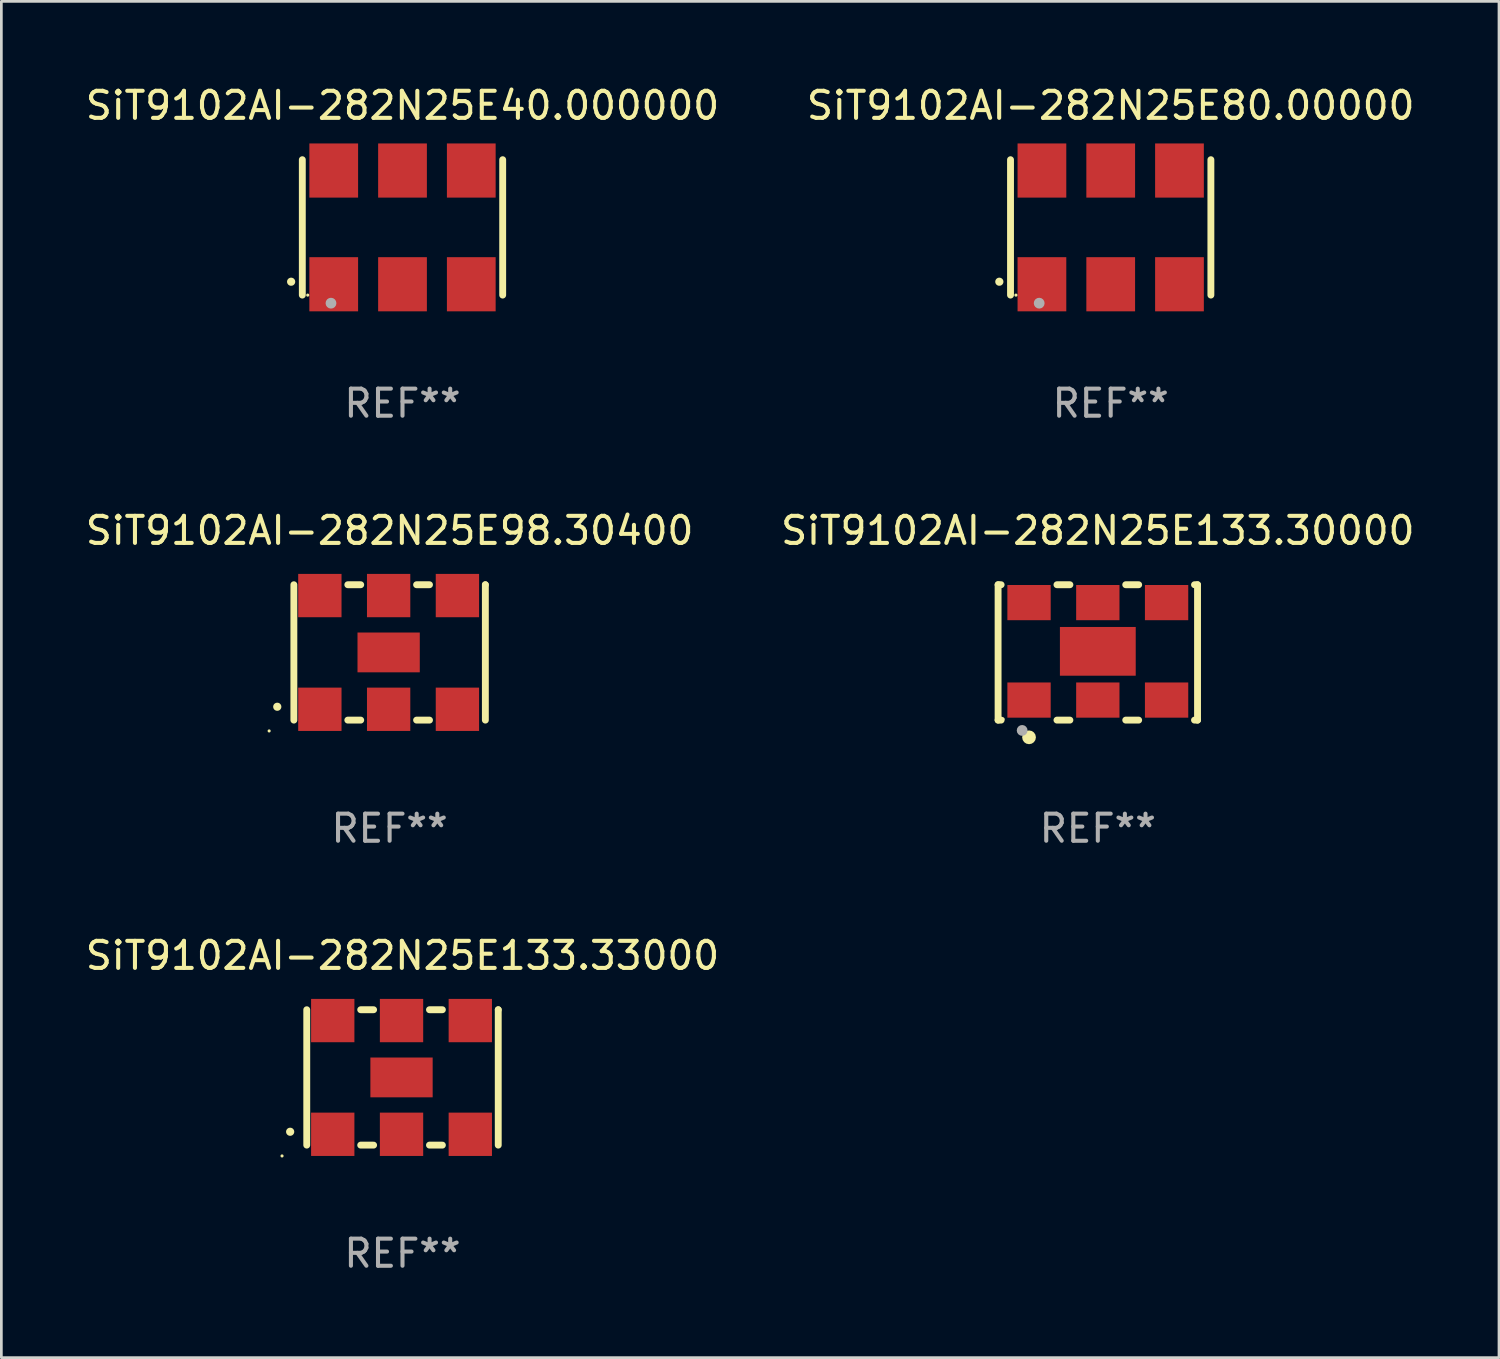
<source format=kicad_pcb>
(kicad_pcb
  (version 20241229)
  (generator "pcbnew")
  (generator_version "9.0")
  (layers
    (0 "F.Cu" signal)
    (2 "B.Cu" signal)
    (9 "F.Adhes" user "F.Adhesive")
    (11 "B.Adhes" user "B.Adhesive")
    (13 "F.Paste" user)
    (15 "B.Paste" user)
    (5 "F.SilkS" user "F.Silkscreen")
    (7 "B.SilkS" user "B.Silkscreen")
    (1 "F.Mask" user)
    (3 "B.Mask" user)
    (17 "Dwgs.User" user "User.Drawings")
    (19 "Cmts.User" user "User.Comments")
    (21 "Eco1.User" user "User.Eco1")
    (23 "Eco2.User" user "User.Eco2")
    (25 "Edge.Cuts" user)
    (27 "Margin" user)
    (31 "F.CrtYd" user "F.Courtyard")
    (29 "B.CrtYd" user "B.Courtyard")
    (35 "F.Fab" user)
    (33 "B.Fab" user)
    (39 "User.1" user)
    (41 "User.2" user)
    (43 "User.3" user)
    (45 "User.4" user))
  (footprint "SiT9102AI-282N25E133.33000"
    (layer "F.Cu")
    (at 11.815 36.741)
    (property "Reference" "SiT9102AI-282N25E133.33000" (at 0 -4.5 0) (layer "F.SilkS") (effects (font (size 1 1) (thickness 0.15))))
    (attr through_hole)
    (fp_line (start -3.536 -2.5) (end -3.536 2.5) (stroke (width 0.254) (type solid)) (layer "F.SilkS"))
    (fp_line (start -1.544 2.5) (end -1.067 2.5) (stroke (width 0.254) (type solid)) (layer "F.SilkS"))
    (fp_line (start -1.067 -2.5) (end -1.544 -2.5) (stroke (width 0.254) (type solid)) (layer "F.SilkS"))
    (fp_line (start 0.996 2.5) (end 1.473 2.5) (stroke (width 0.254) (type solid)) (layer "F.SilkS"))
    (fp_line (start 1.473 -2.5) (end 0.996 -2.5) (stroke (width 0.254) (type solid)) (layer "F.SilkS"))
    (fp_line (start 3.536 -2.5) (end 3.536 -2.5) (stroke (width 0.254) (type solid)) (layer "F.SilkS"))
    (fp_line (start 3.536 2.5) (end 3.536 -2.5) (stroke (width 0.254) (type solid)) (layer "F.SilkS"))
    (fp_arc (start -4.150432 2.006604) (mid -4.149162 2.006599) (end -4.147892 2.006604) (stroke (width 0.3) (type solid)) (layer "F.SilkS"))
    (fp_circle (center -4.449 2.9) (end -4.419 2.9) (stroke (width 0.06) (type solid)) (fill no) (layer "F.SilkS"))
    (fp_text user "REF**" (at 0 6.5 0) (layer "F.Fab") (effects (font (size 1 1) (thickness 0.15))))
    (pad "1" smd rect (at -2.576 2.1) (size 1.6 1.6) (layers "F.Cu" "F.Mask" "F.Paste"))
    (pad "2" smd rect (at -0.036 2.1) (size 1.6 1.6) (layers "F.Cu" "F.Mask" "F.Paste"))
    (pad "3" smd rect (at 2.504 2.1) (size 1.6 1.6) (layers "F.Cu" "F.Mask" "F.Paste"))
    (pad "4" smd rect (at 2.504 -2.1) (size 1.6 1.6) (layers "F.Cu" "F.Mask" "F.Paste"))
    (pad "5" smd rect (at -0.036 -2.1) (size 1.6 1.6) (layers "F.Cu" "F.Mask" "F.Paste"))
    (pad "6" smd rect (at -2.576 -2.1) (size 1.6 1.6) (layers "F.Cu" "F.Mask" "F.Paste"))
    (pad "7" smd rect (at -0.036 0) (size 2.3 1.47) (layers "F.Cu" "F.Mask" "F.Paste")))
  (footprint "SiT9102AI-282N25E133.30000"
    (layer "F.Cu")
    (at 37.494 21.045)
    (property "Reference" "SiT9102AI-282N25E133.30000" (at 0 -4.5 0) (layer "F.SilkS") (effects (font (size 1 1) (thickness 0.15))))
    (attr through_hole)
    (fp_line (start -3.683 -2.5) (end -3.571 -2.5) (stroke (width 0.254) (type solid)) (layer "F.SilkS"))
    (fp_line (start -3.683 2.5) (end -3.683 -2.5) (stroke (width 0.254) (type solid)) (layer "F.SilkS"))
    (fp_line (start -3.683 2.5) (end -3.571 2.5) (stroke (width 0.254) (type solid)) (layer "F.SilkS"))
    (fp_line (start -1.509 -2.5) (end -1.031 -2.5) (stroke (width 0.254) (type solid)) (layer "F.SilkS"))
    (fp_line (start -1.509 2.5) (end -1.031 2.5) (stroke (width 0.254) (type solid)) (layer "F.SilkS"))
    (fp_line (start 1.031 -2.5) (end 1.509 -2.5) (stroke (width 0.254) (type solid)) (layer "F.SilkS"))
    (fp_line (start 1.031 2.5) (end 1.509 2.5) (stroke (width 0.254) (type solid)) (layer "F.SilkS"))
    (fp_line (start 3.571 -2.5) (end 3.683 -2.5) (stroke (width 0.254) (type solid)) (layer "F.SilkS"))
    (fp_line (start 3.571 2.5) (end 3.683 2.5) (stroke (width 0.254) (type solid)) (layer "F.SilkS"))
    (fp_line (start 3.683 2.5) (end 3.683 -2.5) (stroke (width 0.254) (type solid)) (layer "F.SilkS"))
    (fp_circle (center -3.5 2.46) (end -3.47 2.46) (stroke (width 0.06) (type solid)) (fill no) (layer "F.SilkS"))
    (fp_circle (center -2.54 3.135) (end -2.413 3.135) (stroke (width 0.254) (type solid)) (fill no) (layer "F.SilkS"))
    (fp_circle (center -2.794 2.881) (end -2.694 2.881) (stroke (width 0.2) (type solid)) (fill no) (layer "F.Fab"))
    (fp_text user "REF**" (at 0 6.5 0) (layer "F.Fab") (effects (font (size 1 1) (thickness 0.15))))
    (pad "1" smd rect (at -2.54 1.76) (size 1.6 1.3) (layers "F.Cu" "F.Mask" "F.Paste"))
    (pad "2" smd rect (at 0 1.76) (size 1.6 1.3) (layers "F.Cu" "F.Mask" "F.Paste"))
    (pad "3" smd rect (at 2.54 1.76) (size 1.6 1.3) (layers "F.Cu" "F.Mask" "F.Paste"))
    (pad "4" smd rect (at 2.54 -1.84) (size 1.6 1.3) (layers "F.Cu" "F.Mask" "F.Paste"))
    (pad "5" smd rect (at 0 -1.84) (size 1.6 1.3) (layers "F.Cu" "F.Mask" "F.Paste"))
    (pad "6" smd rect (at -2.54 -1.84) (size 1.6 1.3) (layers "F.Cu" "F.Mask" "F.Paste"))
    (pad "7" smd rect (at 0 -0.04) (size 2.8 1.8) (layers "F.Cu" "F.Mask" "F.Paste")))
  (footprint "SiT9102AI-282N25E80.00000"
    (layer "F.Cu")
    (at 37.97 5.348)
    (property "Reference" "SiT9102AI-282N25E80.00000" (at 0 -4.5 0) (layer "F.SilkS") (effects (font (size 1 1) (thickness 0.15))))
    (attr through_hole)
    (fp_line (start -3.7 -2.5) (end -3.7 2.5) (stroke (width 0.254) (type solid)) (layer "F.SilkS"))
    (fp_line (start 3.7 -2.5) (end 3.7 2.5) (stroke (width 0.254) (type solid)) (layer "F.SilkS"))
    (fp_arc (start -4.114415 2.006604) (mid -4.113145 2.006599) (end -4.111875 2.006604) (stroke (width 0.3) (type solid)) (layer "F.SilkS"))
    (fp_circle (center -3.5 2.501) (end -3.47 2.501) (stroke (width 0.06) (type solid)) (fill no) (layer "F.SilkS"))
    (fp_circle (center -2.641 2.799) (end -2.541 2.799) (stroke (width 0.2) (type solid)) (fill no) (layer "F.Fab"))
    (fp_text user "REF**" (at 0 6.5 0) (layer "F.Fab") (effects (font (size 1 1) (thickness 0.15))))
    (pad "1" smd rect (at -2.54 2.1) (size 1.8 2) (layers "F.Cu" "F.Mask" "F.Paste"))
    (pad "2" smd rect (at 0.000394 2.1) (size 1.8 2) (layers "F.Cu" "F.Mask" "F.Paste"))
    (pad "3" smd rect (at 2.54 2.1) (size 1.8 2) (layers "F.Cu" "F.Mask" "F.Paste"))
    (pad "4" smd rect (at 2.54 -2.1) (size 1.8 2) (layers "F.Cu" "F.Mask" "F.Paste"))
    (pad "5" smd rect (at 0.000394 -2.1) (size 1.8 2) (layers "F.Cu" "F.Mask" "F.Paste"))
    (pad "6" smd rect (at -2.54 -2.1) (size 1.8 2) (layers "F.Cu" "F.Mask" "F.Paste")))
  (footprint "SiT9102AI-282N25E98.30400"
    (layer "F.Cu")
    (at 11.339 21.045)
    (property "Reference" "SiT9102AI-282N25E98.30400" (at 0 -4.5 0) (layer "F.SilkS") (effects (font (size 1 1) (thickness 0.15))))
    (attr through_hole)
    (fp_line (start -3.536 -2.5) (end -3.536 2.5) (stroke (width 0.254) (type solid)) (layer "F.SilkS"))
    (fp_line (start -1.544 2.5) (end -1.067 2.5) (stroke (width 0.254) (type solid)) (layer "F.SilkS"))
    (fp_line (start -1.067 -2.5) (end -1.544 -2.5) (stroke (width 0.254) (type solid)) (layer "F.SilkS"))
    (fp_line (start 0.996 2.5) (end 1.473 2.5) (stroke (width 0.254) (type solid)) (layer "F.SilkS"))
    (fp_line (start 1.473 -2.5) (end 0.996 -2.5) (stroke (width 0.254) (type solid)) (layer "F.SilkS"))
    (fp_line (start 3.536 -2.5) (end 3.536 -2.5) (stroke (width 0.254) (type solid)) (layer "F.SilkS"))
    (fp_line (start 3.536 2.5) (end 3.536 -2.5) (stroke (width 0.254) (type solid)) (layer "F.SilkS"))
    (fp_arc (start -4.150432 2.006604) (mid -4.149162 2.006599) (end -4.147892 2.006604) (stroke (width 0.3) (type solid)) (layer "F.SilkS"))
    (fp_circle (center -4.449 2.9) (end -4.419 2.9) (stroke (width 0.06) (type solid)) (fill no) (layer "F.SilkS"))
    (fp_text user "REF**" (at 0 6.5 0) (layer "F.Fab") (effects (font (size 1 1) (thickness 0.15))))
    (pad "1" smd rect (at -2.576 2.1) (size 1.6 1.6) (layers "F.Cu" "F.Mask" "F.Paste"))
    (pad "2" smd rect (at -0.036 2.1) (size 1.6 1.6) (layers "F.Cu" "F.Mask" "F.Paste"))
    (pad "3" smd rect (at 2.504 2.1) (size 1.6 1.6) (layers "F.Cu" "F.Mask" "F.Paste"))
    (pad "4" smd rect (at 2.504 -2.1) (size 1.6 1.6) (layers "F.Cu" "F.Mask" "F.Paste"))
    (pad "5" smd rect (at -0.036 -2.1) (size 1.6 1.6) (layers "F.Cu" "F.Mask" "F.Paste"))
    (pad "6" smd rect (at -2.576 -2.1) (size 1.6 1.6) (layers "F.Cu" "F.Mask" "F.Paste"))
    (pad "7" smd rect (at -0.036 0) (size 2.3 1.47) (layers "F.Cu" "F.Mask" "F.Paste")))
  (footprint "SiT9102AI-282N25E40.000000"
    (layer "F.Cu")
    (at 11.815 5.348)
    (property "Reference" "SiT9102AI-282N25E40.000000" (at 0 -4.5 0) (layer "F.SilkS") (effects (font (size 1 1) (thickness 0.15))))
    (attr through_hole)
    (fp_line (start -3.7 -2.5) (end -3.7 2.5) (stroke (width 0.254) (type solid)) (layer "F.SilkS"))
    (fp_line (start 3.7 -2.5) (end 3.7 2.5) (stroke (width 0.254) (type solid)) (layer "F.SilkS"))
    (fp_arc (start -4.114415 2.006604) (mid -4.113145 2.006599) (end -4.111875 2.006604) (stroke (width 0.3) (type solid)) (layer "F.SilkS"))
    (fp_circle (center -3.5 2.501) (end -3.47 2.501) (stroke (width 0.06) (type solid)) (fill no) (layer "F.SilkS"))
    (fp_circle (center -2.641 2.799) (end -2.541 2.799) (stroke (width 0.2) (type solid)) (fill no) (layer "F.Fab"))
    (fp_text user "REF**" (at 0 6.5 0) (layer "F.Fab") (effects (font (size 1 1) (thickness 0.15))))
    (pad "1" smd rect (at -2.54 2.1) (size 1.8 2) (layers "F.Cu" "F.Mask" "F.Paste"))
    (pad "2" smd rect (at 0.000394 2.1) (size 1.8 2) (layers "F.Cu" "F.Mask" "F.Paste"))
    (pad "3" smd rect (at 2.54 2.1) (size 1.8 2) (layers "F.Cu" "F.Mask" "F.Paste"))
    (pad "4" smd rect (at 2.54 -2.1) (size 1.8 2) (layers "F.Cu" "F.Mask" "F.Paste"))
    (pad "5" smd rect (at 0.000394 -2.1) (size 1.8 2) (layers "F.Cu" "F.Mask" "F.Paste"))
    (pad "6" smd rect (at -2.54 -2.1) (size 1.8 2) (layers "F.Cu" "F.Mask" "F.Paste")))
  (gr_rect
    (start -3 -3)
    (end 52.31 47.09)
    (stroke (width 0.1) (type default))
    (fill no)
    (layer "Edge.Cuts")))
</source>
